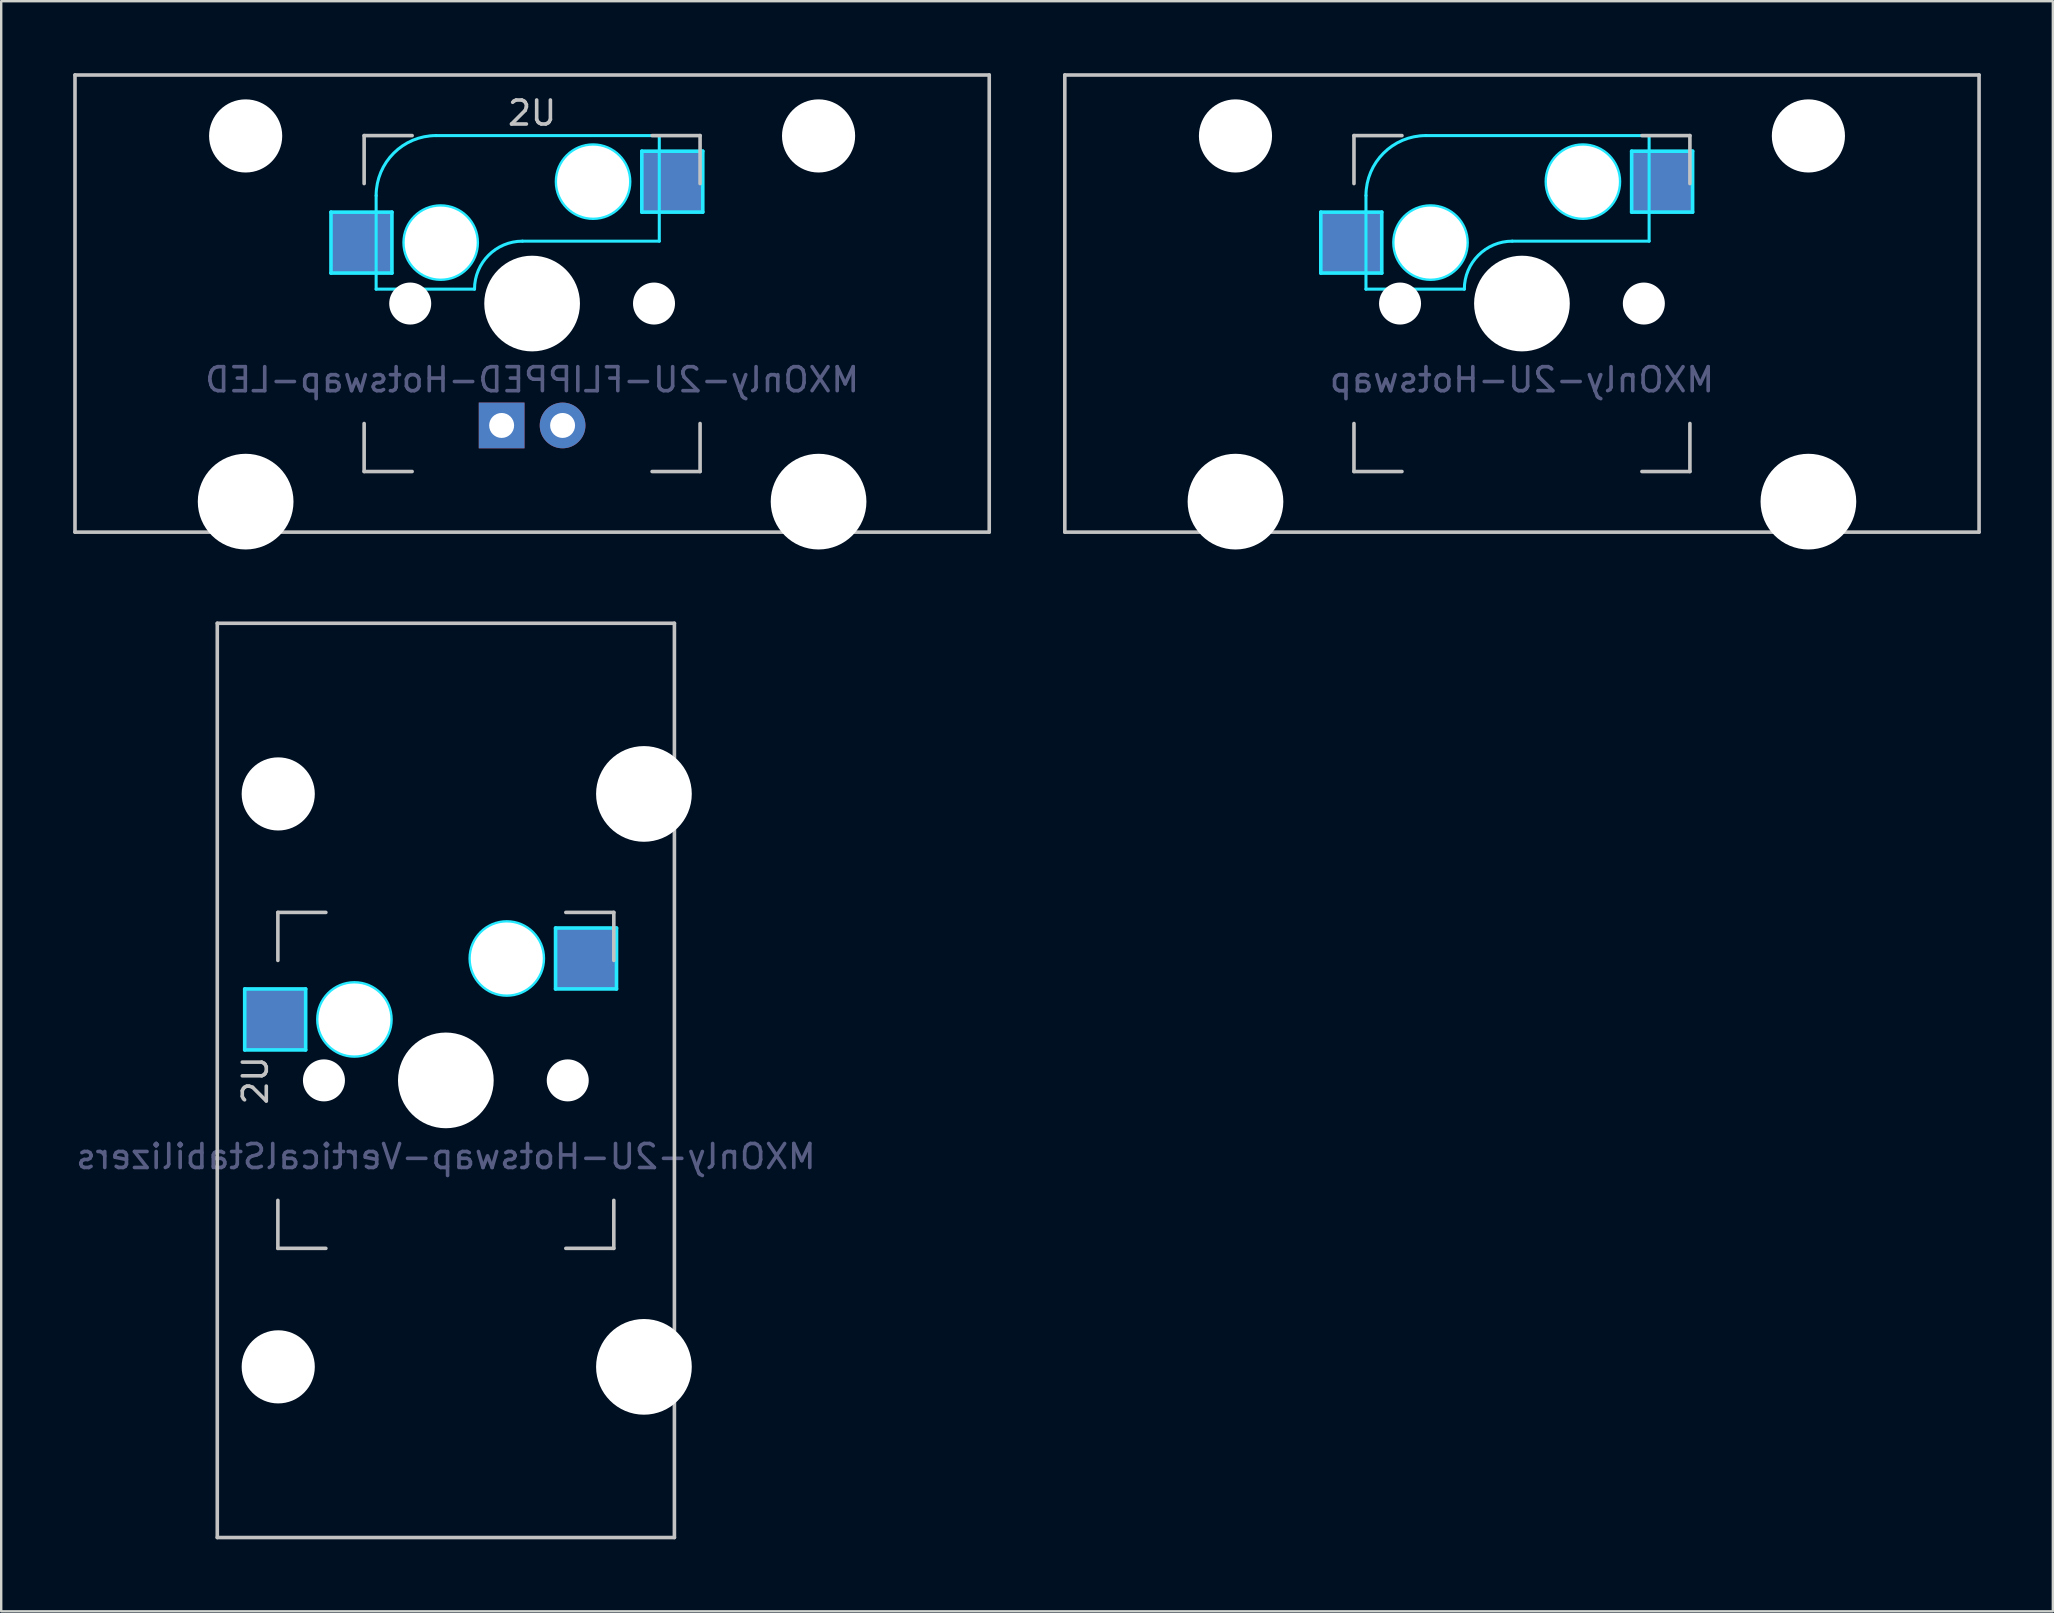
<source format=kicad_pcb>
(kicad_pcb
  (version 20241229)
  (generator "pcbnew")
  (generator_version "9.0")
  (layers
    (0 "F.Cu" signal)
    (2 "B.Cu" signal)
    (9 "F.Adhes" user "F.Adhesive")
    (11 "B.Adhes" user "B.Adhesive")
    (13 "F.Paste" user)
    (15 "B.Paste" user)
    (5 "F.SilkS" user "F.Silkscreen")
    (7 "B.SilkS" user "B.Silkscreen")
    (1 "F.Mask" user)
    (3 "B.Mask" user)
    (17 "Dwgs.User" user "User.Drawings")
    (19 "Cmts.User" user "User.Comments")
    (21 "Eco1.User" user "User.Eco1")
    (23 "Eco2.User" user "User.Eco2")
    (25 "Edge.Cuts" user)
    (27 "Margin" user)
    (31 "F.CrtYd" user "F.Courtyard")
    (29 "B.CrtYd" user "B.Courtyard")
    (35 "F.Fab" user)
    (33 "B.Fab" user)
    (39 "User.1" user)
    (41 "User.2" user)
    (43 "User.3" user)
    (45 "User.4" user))
  (footprint "MXOnly-2U-Hotswap-VerticalStabilizers"
    (layer "F.Cu")
    (at 15.53 41.974)
    (property "Reference" "MXOnly-2U-Hotswap-VerticalStabilizers" (at 0 3.175 0) (layer "B.Fab") (effects (font (size 1 1) (thickness 0.15)) (justify mirror)))
    (attr through_hole)
    (fp_line (start -9.525 -19.05) (end 9.525 -19.05) (stroke (width 0.15) (type solid)) (layer "Dwgs.User"))
    (fp_line (start -9.525 19.05) (end -9.525 -19.05) (stroke (width 0.15) (type solid)) (layer "Dwgs.User"))
    (fp_line (start -7 -7) (end -7 -5) (stroke (width 0.15) (type solid)) (layer "Dwgs.User"))
    (fp_line (start -7 5) (end -7 7) (stroke (width 0.15) (type solid)) (layer "Dwgs.User"))
    (fp_line (start -7 7) (end -5 7) (stroke (width 0.15) (type solid)) (layer "Dwgs.User"))
    (fp_line (start -5 -7) (end -7 -7) (stroke (width 0.15) (type solid)) (layer "Dwgs.User"))
    (fp_line (start 5 -7) (end 7 -7) (stroke (width 0.15) (type solid)) (layer "Dwgs.User"))
    (fp_line (start 5 7) (end 7 7) (stroke (width 0.15) (type solid)) (layer "Dwgs.User"))
    (fp_line (start 7 -7) (end 7 -5) (stroke (width 0.15) (type solid)) (layer "Dwgs.User"))
    (fp_line (start 7 7) (end 7 5) (stroke (width 0.15) (type solid)) (layer "Dwgs.User"))
    (fp_line (start 9.525 19.05) (end -9.525 19.05) (stroke (width 0.15) (type solid)) (layer "Dwgs.User"))
    (fp_line (start 9.525 19.05) (end 9.525 -19.05) (stroke (width 0.15) (type solid)) (layer "Dwgs.User"))
    (fp_line (start -8.382 -3.81) (end -5.842 -3.81) (stroke (width 0.15) (type solid)) (layer "B.CrtYd"))
    (fp_line (start -8.382 -1.27) (end -8.382 -3.81) (stroke (width 0.15) (type solid)) (layer "B.CrtYd"))
    (fp_line (start -5.842 -3.81) (end -5.842 -1.27) (stroke (width 0.15) (type solid)) (layer "B.CrtYd"))
    (fp_line (start -5.842 -1.27) (end -8.382 -1.27) (stroke (width 0.15) (type solid)) (layer "B.CrtYd"))
    (fp_line (start 4.572 -6.35) (end 7.112 -6.35) (stroke (width 0.15) (type solid)) (layer "B.CrtYd"))
    (fp_line (start 4.572 -3.81) (end 4.572 -6.35) (stroke (width 0.15) (type solid)) (layer "B.CrtYd"))
    (fp_line (start 7.112 -6.35) (end 7.112 -3.81) (stroke (width 0.15) (type solid)) (layer "B.CrtYd"))
    (fp_line (start 7.112 -3.81) (end 4.572 -3.81) (stroke (width 0.15) (type solid)) (layer "B.CrtYd"))
    (fp_circle (center -3.81 -2.54) (end -3.81 -4.064) (stroke (width 0.15) (type solid)) (fill no) (layer "B.CrtYd"))
    (fp_circle (center 2.54 -5.08) (end 2.54 -6.604) (stroke (width 0.15) (type solid)) (fill no) (layer "B.CrtYd"))
    (fp_text user "2U" (at -7.938 0 270) (layer "Dwgs.User") (effects (font (size 1 1) (thickness 0.15))))
    (pad "" np_thru_hole circle (at -6.985 -11.938 180) (size 3.048 3.048) (drill 3.048) (layers "*.Cu" "*.Mask"))
    (pad "" np_thru_hole circle (at -6.985 11.938 90) (size 3.048 3.048) (drill 3.048) (layers "*.Cu" "*.Mask"))
    (pad "" np_thru_hole circle (at -5.08 0 48.1) (size 1.75 1.75) (drill 1.75) (layers "*.Cu" "*.Mask"))
    (pad "" np_thru_hole circle (at -3.81 -2.54) (size 3 3) (drill 3) (layers "*.Cu" "*.Mask"))
    (pad "" np_thru_hole circle (at 0 0) (size 3.988 3.988) (drill 3.988) (layers "*.Cu" "*.Mask"))
    (pad "" np_thru_hole circle (at 2.54 -5.08) (size 3 3) (drill 3) (layers "*.Cu" "*.Mask"))
    (pad "" np_thru_hole circle (at 5.08 0 48.1) (size 1.75 1.75) (drill 1.75) (layers "*.Cu" "*.Mask"))
    (pad "" np_thru_hole circle (at 8.255 -11.938 90) (size 3.988 3.988) (drill 3.988) (layers "*.Cu" "*.Mask"))
    (pad "" np_thru_hole circle (at 8.255 11.938 90) (size 3.988 3.988) (drill 3.988) (layers "*.Cu" "*.Mask"))
    (pad "1" smd rect (at -7.085 -2.54) (size 2.55 2.5) (layers "B.Cu" "B.Mask" "B.Paste"))
    (pad "2" smd rect (at 5.842 -5.08) (size 2.55 2.5) (layers "B.Cu" "B.Mask" "B.Paste")))
  (footprint "MXOnly-2U-Hotswap"
    (layer "F.Cu")
    (at 60.375 9.6)
    (property "Reference" "MXOnly-2U-Hotswap" (at 0 3.175 0) (layer "B.Fab") (effects (font (size 1 1) (thickness 0.15)) (justify mirror)))
    (attr smd)
    (fp_line (start -19.05 -9.525) (end 19.05 -9.525) (stroke (width 0.15) (type solid)) (layer "Dwgs.User"))
    (fp_line (start -19.05 9.525) (end -19.05 -9.525) (stroke (width 0.15) (type solid)) (layer "Dwgs.User"))
    (fp_line (start -7 -7) (end -7 -5) (stroke (width 0.15) (type solid)) (layer "Dwgs.User"))
    (fp_line (start -7 5) (end -7 7) (stroke (width 0.15) (type solid)) (layer "Dwgs.User"))
    (fp_line (start -7 7) (end -5 7) (stroke (width 0.15) (type solid)) (layer "Dwgs.User"))
    (fp_line (start -5 -7) (end -7 -7) (stroke (width 0.15) (type solid)) (layer "Dwgs.User"))
    (fp_line (start 5 -7) (end 7 -7) (stroke (width 0.15) (type solid)) (layer "Dwgs.User"))
    (fp_line (start 5 7) (end 7 7) (stroke (width 0.15) (type solid)) (layer "Dwgs.User"))
    (fp_line (start 7 -7) (end 7 -5) (stroke (width 0.15) (type solid)) (layer "Dwgs.User"))
    (fp_line (start 7 7) (end 7 5) (stroke (width 0.15) (type solid)) (layer "Dwgs.User"))
    (fp_line (start 19.05 -9.525) (end 19.05 9.525) (stroke (width 0.15) (type solid)) (layer "Dwgs.User"))
    (fp_line (start 19.05 9.525) (end -19.05 9.525) (stroke (width 0.15) (type solid)) (layer "Dwgs.User"))
    (fp_line (start -8.382 -3.81) (end -5.842 -3.81) (stroke (width 0.15) (type solid)) (layer "B.CrtYd"))
    (fp_line (start -8.382 -1.27) (end -8.382 -3.81) (stroke (width 0.15) (type solid)) (layer "B.CrtYd"))
    (fp_line (start -6.5 -4.5) (end -6.5 -0.6) (stroke (width 0.127) (type solid)) (layer "B.CrtYd"))
    (fp_line (start -6.5 -0.6) (end -2.4 -0.6) (stroke (width 0.127) (type solid)) (layer "B.CrtYd"))
    (fp_line (start -5.842 -3.81) (end -5.842 -1.27) (stroke (width 0.15) (type solid)) (layer "B.CrtYd"))
    (fp_line (start -5.842 -1.27) (end -8.382 -1.27) (stroke (width 0.15) (type solid)) (layer "B.CrtYd"))
    (fp_line (start -0.4 -2.6) (end 5.3 -2.6) (stroke (width 0.127) (type solid)) (layer "B.CrtYd"))
    (fp_line (start 4.572 -6.35) (end 7.112 -6.35) (stroke (width 0.15) (type solid)) (layer "B.CrtYd"))
    (fp_line (start 4.572 -3.81) (end 4.572 -6.35) (stroke (width 0.15) (type solid)) (layer "B.CrtYd"))
    (fp_line (start 5.3 -7) (end -4 -7) (stroke (width 0.127) (type solid)) (layer "B.CrtYd"))
    (fp_line (start 5.3 -7) (end 5.3 -2.6) (stroke (width 0.127) (type solid)) (layer "B.CrtYd"))
    (fp_line (start 7.112 -6.35) (end 7.112 -3.81) (stroke (width 0.15) (type solid)) (layer "B.CrtYd"))
    (fp_line (start 7.112 -3.81) (end 4.572 -3.81) (stroke (width 0.15) (type solid)) (layer "B.CrtYd"))
    (fp_arc (start -6.5 -4.5) (mid -5.767767 -6.267767) (end -4 -7) (stroke (width 0.127) (type solid)) (layer "B.CrtYd"))
    (fp_arc (start -2.4 -0.6) (mid -1.814214 -2.014214) (end -0.4 -2.6) (stroke (width 0.127) (type solid)) (layer "B.CrtYd"))
    (fp_circle (center -3.81 -2.54) (end -3.81 -4.064) (stroke (width 0.15) (type solid)) (fill no) (layer "B.CrtYd"))
    (fp_circle (center 2.54 -5.08) (end 2.54 -6.604) (stroke (width 0.15) (type solid)) (fill no) (layer "B.CrtYd"))
    (pad "" np_thru_hole circle (at -11.938 -6.985) (size 3.048 3.048) (drill 3.048) (layers "*.Cu" "*.Mask"))
    (pad "" np_thru_hole circle (at -11.938 8.255) (size 3.988 3.988) (drill 3.988) (layers "*.Cu" "*.Mask"))
    (pad "" np_thru_hole circle (at -5.08 0 48.1) (size 1.75 1.75) (drill 1.75) (layers "*.Cu" "*.Mask"))
    (pad "" np_thru_hole circle (at -3.81 -2.54) (size 3 3) (drill 3) (layers "*.Cu" "*.Mask"))
    (pad "" np_thru_hole circle (at 0 0) (size 3.988 3.988) (drill 3.988) (layers "*.Cu" "*.Mask"))
    (pad "" np_thru_hole circle (at 2.54 -5.08) (size 3 3) (drill 3) (layers "*.Cu" "*.Mask"))
    (pad "" np_thru_hole circle (at 5.08 0 48.1) (size 1.75 1.75) (drill 1.75) (layers "*.Cu" "*.Mask"))
    (pad "" np_thru_hole circle (at 11.938 -6.985) (size 3.048 3.048) (drill 3.048) (layers "*.Cu" "*.Mask"))
    (pad "" np_thru_hole circle (at 11.938 8.255) (size 3.988 3.988) (drill 3.988) (layers "*.Cu" "*.Mask"))
    (pad "1" smd rect (at -7.085 -2.54) (size 2.55 2.5) (layers "B.Cu" "B.Mask" "B.Paste"))
    (pad "2" smd rect (at 5.842 -5.08) (size 2.55 2.5) (layers "B.Cu" "B.Mask" "B.Paste")))
  (footprint "MXOnly-2U-FLIPPED-Hotswap-LED"
    (layer "F.Cu")
    (at 19.125 9.6)
    (property "Reference" "MXOnly-2U-FLIPPED-Hotswap-LED" (at 0 3.175 0) (layer "B.Fab") (effects (font (size 1 1) (thickness 0.15)) (justify mirror)))
    (attr through_hole)
    (fp_line (start -19.05 -9.525) (end 19.05 -9.525) (stroke (width 0.15) (type solid)) (layer "Dwgs.User"))
    (fp_line (start -19.05 9.525) (end -19.05 -9.525) (stroke (width 0.15) (type solid)) (layer "Dwgs.User"))
    (fp_line (start -7 -7) (end -7 -5) (stroke (width 0.15) (type solid)) (layer "Dwgs.User"))
    (fp_line (start -7 5) (end -7 7) (stroke (width 0.15) (type solid)) (layer "Dwgs.User"))
    (fp_line (start -7 7) (end -5 7) (stroke (width 0.15) (type solid)) (layer "Dwgs.User"))
    (fp_line (start -5 -7) (end -7 -7) (stroke (width 0.15) (type solid)) (layer "Dwgs.User"))
    (fp_line (start 5 -7) (end 7 -7) (stroke (width 0.15) (type solid)) (layer "Dwgs.User"))
    (fp_line (start 5 7) (end 7 7) (stroke (width 0.15) (type solid)) (layer "Dwgs.User"))
    (fp_line (start 7 -7) (end 7 -5) (stroke (width 0.15) (type solid)) (layer "Dwgs.User"))
    (fp_line (start 7 7) (end 7 5) (stroke (width 0.15) (type solid)) (layer "Dwgs.User"))
    (fp_line (start 19.05 -9.525) (end 19.05 9.525) (stroke (width 0.15) (type solid)) (layer "Dwgs.User"))
    (fp_line (start 19.05 9.525) (end -19.05 9.525) (stroke (width 0.15) (type solid)) (layer "Dwgs.User"))
    (fp_line (start -8.382 -3.81) (end -5.842 -3.81) (stroke (width 0.15) (type solid)) (layer "B.CrtYd"))
    (fp_line (start -8.382 -1.27) (end -8.382 -3.81) (stroke (width 0.15) (type solid)) (layer "B.CrtYd"))
    (fp_line (start -6.5 -4.5) (end -6.5 -0.6) (stroke (width 0.127) (type solid)) (layer "B.CrtYd"))
    (fp_line (start -6.5 -0.6) (end -2.4 -0.6) (stroke (width 0.127) (type solid)) (layer "B.CrtYd"))
    (fp_line (start -5.842 -3.81) (end -5.842 -1.27) (stroke (width 0.15) (type solid)) (layer "B.CrtYd"))
    (fp_line (start -5.842 -1.27) (end -8.382 -1.27) (stroke (width 0.15) (type solid)) (layer "B.CrtYd"))
    (fp_line (start -0.4 -2.6) (end 5.3 -2.6) (stroke (width 0.127) (type solid)) (layer "B.CrtYd"))
    (fp_line (start 4.572 -6.35) (end 7.112 -6.35) (stroke (width 0.15) (type solid)) (layer "B.CrtYd"))
    (fp_line (start 4.572 -3.81) (end 4.572 -6.35) (stroke (width 0.15) (type solid)) (layer "B.CrtYd"))
    (fp_line (start 5.3 -7) (end -4 -7) (stroke (width 0.127) (type solid)) (layer "B.CrtYd"))
    (fp_line (start 5.3 -7) (end 5.3 -2.6) (stroke (width 0.127) (type solid)) (layer "B.CrtYd"))
    (fp_line (start 7.112 -6.35) (end 7.112 -3.81) (stroke (width 0.15) (type solid)) (layer "B.CrtYd"))
    (fp_line (start 7.112 -3.81) (end 4.572 -3.81) (stroke (width 0.15) (type solid)) (layer "B.CrtYd"))
    (fp_arc (start -6.5 -4.5) (mid -5.767767 -6.267767) (end -4 -7) (stroke (width 0.127) (type solid)) (layer "B.CrtYd"))
    (fp_arc (start -2.4 -0.6) (mid -1.814214 -2.014214) (end -0.4 -2.6) (stroke (width 0.127) (type solid)) (layer "B.CrtYd"))
    (fp_circle (center -3.81 -2.54) (end -3.81 -4.064) (stroke (width 0.15) (type solid)) (fill no) (layer "B.CrtYd"))
    (fp_circle (center 2.54 -5.08) (end 2.54 -6.604) (stroke (width 0.15) (type solid)) (fill no) (layer "B.CrtYd"))
    (fp_text user "2U" (at 0 -7.938 0) (layer "Dwgs.User") (effects (font (size 1 1) (thickness 0.15))))
    (pad "" np_thru_hole circle (at -11.938 -6.985) (size 3.048 3.048) (drill 3.048) (layers "*.Cu" "*.Mask"))
    (pad "" np_thru_hole circle (at -11.938 8.255) (size 3.988 3.988) (drill 3.988) (layers "*.Cu" "*.Mask"))
    (pad "" np_thru_hole circle (at -5.08 0 48.1) (size 1.75 1.75) (drill 1.75) (layers "*.Cu" "*.Mask"))
    (pad "" np_thru_hole circle (at -3.81 -2.54) (size 3 3) (drill 3) (layers "*.Cu" "*.Mask"))
    (pad "" np_thru_hole circle (at 0 0) (size 3.988 3.988) (drill 3.988) (layers "*.Cu" "*.Mask"))
    (pad "" np_thru_hole circle (at 2.54 -5.08) (size 3 3) (drill 3) (layers "*.Cu" "*.Mask"))
    (pad "" np_thru_hole circle (at 5.08 0 48.1) (size 1.75 1.75) (drill 1.75) (layers "*.Cu" "*.Mask"))
    (pad "" np_thru_hole circle (at 11.938 -6.985) (size 3.048 3.048) (drill 3.048) (layers "*.Cu" "*.Mask"))
    (pad "" np_thru_hole circle (at 11.938 8.255) (size 3.988 3.988) (drill 3.988) (layers "*.Cu" "*.Mask"))
    (pad "1" smd rect (at -7.085 -2.54) (size 2.55 2.5) (layers "B.Cu" "B.Mask" "B.Paste"))
    (pad "2" smd rect (at 5.842 -5.08) (size 2.55 2.5) (layers "B.Cu" "B.Mask" "B.Paste"))
    (pad "3" thru_hole circle (at 1.27 5.08) (size 1.905 1.905) (drill 1.04) (layers "*.Cu" "B.Mask"))
    (pad "4" thru_hole rect (at -1.27 5.08) (size 1.905 1.905) (drill 1.04) (layers "*.Cu" "B.Mask")))
  (gr_rect
    (start -3 -3)
    (end 82.5 64.099)
    (stroke (width 0.1) (type default))
    (fill no)
    (layer "Edge.Cuts")))
</source>
